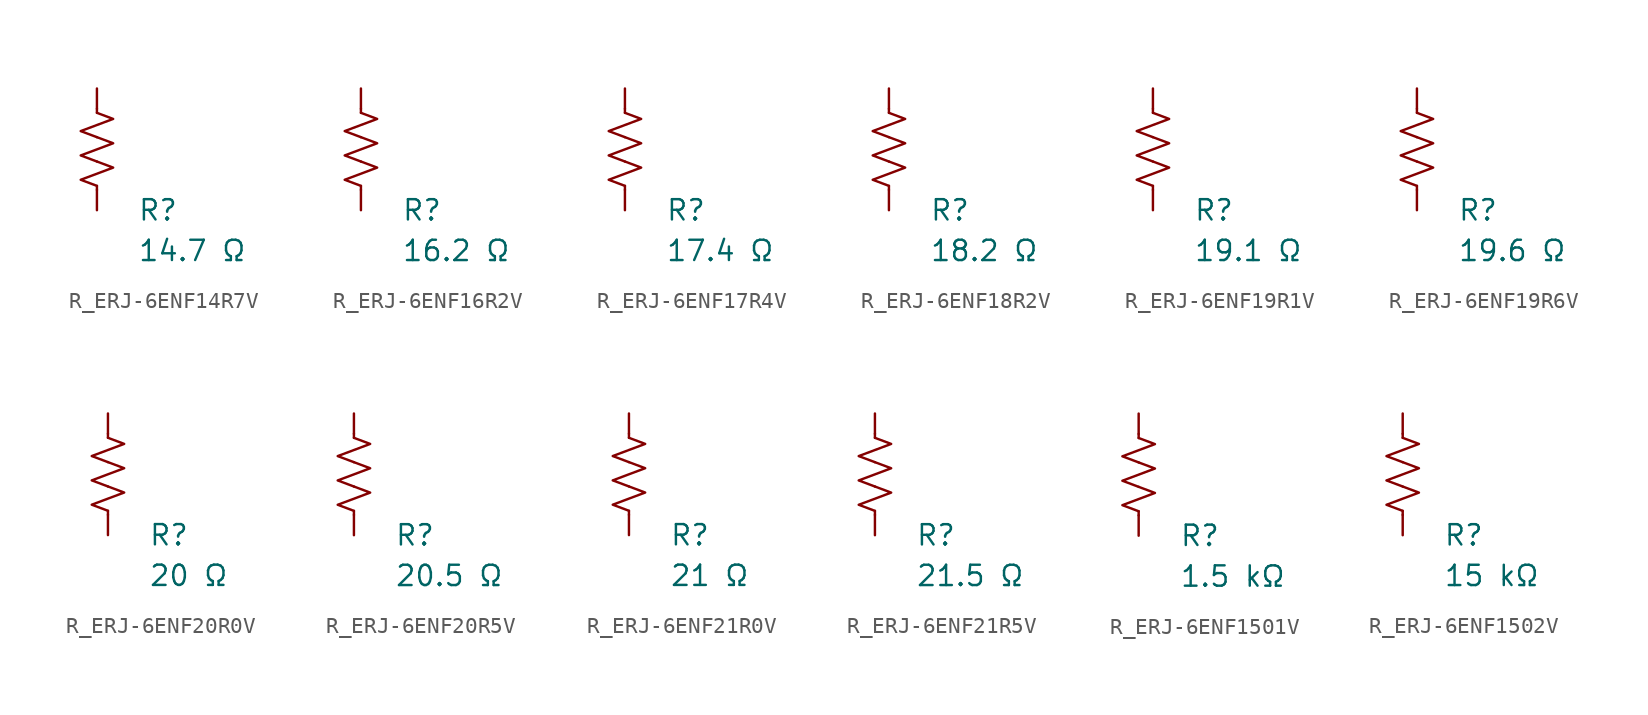
<source format=kicad_sym>
(kicad_symbol_lib
  (version 20231120)
  (generator "kicad_symbol_editor")
  (generator_version "8.0")
  (symbol "R_ERJ-6ENF14R7V"
    (pin_numbers hide)
    (pin_names
      (offset 0))
    (property "Reference" "R"
      (at 2.54 -3.81 0)
      (effects (font (size 1.27 1.27)) (justify left))
      (show_name no))
    (property "Value" "14.7 Ω"
      (at 2.54 -6.35 0)
      (effects (font (size 1.27 1.27)) (justify left))
      (show_name no))
    (symbol "R_ERJ-6ENF14R7V_0_1"
      (polyline (pts (xy 0 -2.286) (xy 0 -2.54)) (stroke (width 0) (type default)) (fill (type none)))
      (polyline (pts (xy 0 2.286) (xy 0 2.54)) (stroke (width 0) (type default)) (fill (type none)))
      (polyline (pts (xy 0 -0.762) (xy 1.016 -1.143) (xy 0 -1.524) (xy -1.016 -1.905) (xy 0 -2.286)) (stroke (width 0) (type default)) (fill (type none)))
      (polyline (pts (xy 0 0.762) (xy 1.016 0.381) (xy 0 0) (xy -1.016 -0.381) (xy 0 -0.762)) (stroke (width 0) (type default)) (fill (type none)))
      (polyline (pts (xy 0 2.286) (xy 1.016 1.905) (xy 0 1.524) (xy -1.016 1.143) (xy 0 0.762)) (stroke (width 0) (type default)) (fill (type none))))
    (symbol "R_ERJ-6ENF14R7V_1_1"
      (pin passive line (at 0 3.81 270) (length 1.27) (name "~" (effects (font (size 1.27 1.27)))) (number "1" (effects (font (size 1.27 1.27)))))
      (pin passive line (at 0 -3.81 90) (length 1.27) (name "~" (effects (font (size 1.27 1.27)))) (number "2" (effects (font (size 1.27 1.27)))))))
  (symbol "R_ERJ-6ENF16R2V"
    (pin_numbers hide)
    (pin_names
      (offset 0))
    (property "Reference" "R"
      (at 2.54 -3.81 0)
      (effects (font (size 1.27 1.27)) (justify left))
      (show_name no))
    (property "Value" "16.2 Ω"
      (at 2.54 -6.35 0)
      (effects (font (size 1.27 1.27)) (justify left))
      (show_name no))
    (symbol "R_ERJ-6ENF16R2V_0_1"
      (polyline (pts (xy 0 -2.286) (xy 0 -2.54)) (stroke (width 0) (type default)) (fill (type none)))
      (polyline (pts (xy 0 2.286) (xy 0 2.54)) (stroke (width 0) (type default)) (fill (type none)))
      (polyline (pts (xy 0 -0.762) (xy 1.016 -1.143) (xy 0 -1.524) (xy -1.016 -1.905) (xy 0 -2.286)) (stroke (width 0) (type default)) (fill (type none)))
      (polyline (pts (xy 0 0.762) (xy 1.016 0.381) (xy 0 0) (xy -1.016 -0.381) (xy 0 -0.762)) (stroke (width 0) (type default)) (fill (type none)))
      (polyline (pts (xy 0 2.286) (xy 1.016 1.905) (xy 0 1.524) (xy -1.016 1.143) (xy 0 0.762)) (stroke (width 0) (type default)) (fill (type none))))
    (symbol "R_ERJ-6ENF16R2V_1_1"
      (pin passive line (at 0 3.81 270) (length 1.27) (name "~" (effects (font (size 1.27 1.27)))) (number "1" (effects (font (size 1.27 1.27)))))
      (pin passive line (at 0 -3.81 90) (length 1.27) (name "~" (effects (font (size 1.27 1.27)))) (number "2" (effects (font (size 1.27 1.27)))))))
  (symbol "R_ERJ-6ENF17R4V"
    (pin_numbers hide)
    (pin_names
      (offset 0))
    (property "Reference" "R"
      (at 2.54 -3.81 0)
      (effects (font (size 1.27 1.27)) (justify left))
      (show_name no))
    (property "Value" "17.4 Ω"
      (at 2.54 -6.35 0)
      (effects (font (size 1.27 1.27)) (justify left))
      (show_name no))
    (symbol "R_ERJ-6ENF17R4V_0_1"
      (polyline (pts (xy 0 -2.286) (xy 0 -2.54)) (stroke (width 0) (type default)) (fill (type none)))
      (polyline (pts (xy 0 2.286) (xy 0 2.54)) (stroke (width 0) (type default)) (fill (type none)))
      (polyline (pts (xy 0 -0.762) (xy 1.016 -1.143) (xy 0 -1.524) (xy -1.016 -1.905) (xy 0 -2.286)) (stroke (width 0) (type default)) (fill (type none)))
      (polyline (pts (xy 0 0.762) (xy 1.016 0.381) (xy 0 0) (xy -1.016 -0.381) (xy 0 -0.762)) (stroke (width 0) (type default)) (fill (type none)))
      (polyline (pts (xy 0 2.286) (xy 1.016 1.905) (xy 0 1.524) (xy -1.016 1.143) (xy 0 0.762)) (stroke (width 0) (type default)) (fill (type none))))
    (symbol "R_ERJ-6ENF17R4V_1_1"
      (pin passive line (at 0 3.81 270) (length 1.27) (name "~" (effects (font (size 1.27 1.27)))) (number "1" (effects (font (size 1.27 1.27)))))
      (pin passive line (at 0 -3.81 90) (length 1.27) (name "~" (effects (font (size 1.27 1.27)))) (number "2" (effects (font (size 1.27 1.27)))))))
  (symbol "R_ERJ-6ENF18R2V"
    (pin_numbers hide)
    (pin_names
      (offset 0))
    (property "Reference" "R"
      (at 2.54 -3.81 0)
      (effects (font (size 1.27 1.27)) (justify left))
      (show_name no))
    (property "Value" "18.2 Ω"
      (at 2.54 -6.35 0)
      (effects (font (size 1.27 1.27)) (justify left))
      (show_name no))
    (symbol "R_ERJ-6ENF18R2V_0_1"
      (polyline (pts (xy 0 -2.286) (xy 0 -2.54)) (stroke (width 0) (type default)) (fill (type none)))
      (polyline (pts (xy 0 2.286) (xy 0 2.54)) (stroke (width 0) (type default)) (fill (type none)))
      (polyline (pts (xy 0 -0.762) (xy 1.016 -1.143) (xy 0 -1.524) (xy -1.016 -1.905) (xy 0 -2.286)) (stroke (width 0) (type default)) (fill (type none)))
      (polyline (pts (xy 0 0.762) (xy 1.016 0.381) (xy 0 0) (xy -1.016 -0.381) (xy 0 -0.762)) (stroke (width 0) (type default)) (fill (type none)))
      (polyline (pts (xy 0 2.286) (xy 1.016 1.905) (xy 0 1.524) (xy -1.016 1.143) (xy 0 0.762)) (stroke (width 0) (type default)) (fill (type none))))
    (symbol "R_ERJ-6ENF18R2V_1_1"
      (pin passive line (at 0 3.81 270) (length 1.27) (name "~" (effects (font (size 1.27 1.27)))) (number "1" (effects (font (size 1.27 1.27)))))
      (pin passive line (at 0 -3.81 90) (length 1.27) (name "~" (effects (font (size 1.27 1.27)))) (number "2" (effects (font (size 1.27 1.27)))))))
  (symbol "R_ERJ-6ENF19R1V"
    (pin_numbers hide)
    (pin_names
      (offset 0))
    (property "Reference" "R"
      (at 2.54 -3.81 0)
      (effects (font (size 1.27 1.27)) (justify left))
      (show_name no))
    (property "Value" "19.1 Ω"
      (at 2.54 -6.35 0)
      (effects (font (size 1.27 1.27)) (justify left))
      (show_name no))
    (symbol "R_ERJ-6ENF19R1V_0_1"
      (polyline (pts (xy 0 -2.286) (xy 0 -2.54)) (stroke (width 0) (type default)) (fill (type none)))
      (polyline (pts (xy 0 2.286) (xy 0 2.54)) (stroke (width 0) (type default)) (fill (type none)))
      (polyline (pts (xy 0 -0.762) (xy 1.016 -1.143) (xy 0 -1.524) (xy -1.016 -1.905) (xy 0 -2.286)) (stroke (width 0) (type default)) (fill (type none)))
      (polyline (pts (xy 0 0.762) (xy 1.016 0.381) (xy 0 0) (xy -1.016 -0.381) (xy 0 -0.762)) (stroke (width 0) (type default)) (fill (type none)))
      (polyline (pts (xy 0 2.286) (xy 1.016 1.905) (xy 0 1.524) (xy -1.016 1.143) (xy 0 0.762)) (stroke (width 0) (type default)) (fill (type none))))
    (symbol "R_ERJ-6ENF19R1V_1_1"
      (pin passive line (at 0 3.81 270) (length 1.27) (name "~" (effects (font (size 1.27 1.27)))) (number "1" (effects (font (size 1.27 1.27)))))
      (pin passive line (at 0 -3.81 90) (length 1.27) (name "~" (effects (font (size 1.27 1.27)))) (number "2" (effects (font (size 1.27 1.27)))))))
  (symbol "R_ERJ-6ENF19R6V"
    (pin_numbers hide)
    (pin_names
      (offset 0))
    (property "Reference" "R"
      (at 2.54 -3.81 0)
      (effects (font (size 1.27 1.27)) (justify left))
      (show_name no))
    (property "Value" "19.6 Ω"
      (at 2.54 -6.35 0)
      (effects (font (size 1.27 1.27)) (justify left))
      (show_name no))
    (symbol "R_ERJ-6ENF19R6V_0_1"
      (polyline (pts (xy 0 -2.286) (xy 0 -2.54)) (stroke (width 0) (type default)) (fill (type none)))
      (polyline (pts (xy 0 2.286) (xy 0 2.54)) (stroke (width 0) (type default)) (fill (type none)))
      (polyline (pts (xy 0 -0.762) (xy 1.016 -1.143) (xy 0 -1.524) (xy -1.016 -1.905) (xy 0 -2.286)) (stroke (width 0) (type default)) (fill (type none)))
      (polyline (pts (xy 0 0.762) (xy 1.016 0.381) (xy 0 0) (xy -1.016 -0.381) (xy 0 -0.762)) (stroke (width 0) (type default)) (fill (type none)))
      (polyline (pts (xy 0 2.286) (xy 1.016 1.905) (xy 0 1.524) (xy -1.016 1.143) (xy 0 0.762)) (stroke (width 0) (type default)) (fill (type none))))
    (symbol "R_ERJ-6ENF19R6V_1_1"
      (pin passive line (at 0 3.81 270) (length 1.27) (name "~" (effects (font (size 1.27 1.27)))) (number "1" (effects (font (size 1.27 1.27)))))
      (pin passive line (at 0 -3.81 90) (length 1.27) (name "~" (effects (font (size 1.27 1.27)))) (number "2" (effects (font (size 1.27 1.27)))))))
  (symbol "R_ERJ-6ENF20R0V"
    (pin_numbers hide)
    (pin_names
      (offset 0))
    (property "Reference" "R"
      (at 2.54 -3.81 0)
      (effects (font (size 1.27 1.27)) (justify left))
      (show_name no))
    (property "Value" "20 Ω"
      (at 2.54 -6.35 0)
      (effects (font (size 1.27 1.27)) (justify left))
      (show_name no))
    (symbol "R_ERJ-6ENF20R0V_0_1"
      (polyline (pts (xy 0 -2.286) (xy 0 -2.54)) (stroke (width 0) (type default)) (fill (type none)))
      (polyline (pts (xy 0 2.286) (xy 0 2.54)) (stroke (width 0) (type default)) (fill (type none)))
      (polyline (pts (xy 0 -0.762) (xy 1.016 -1.143) (xy 0 -1.524) (xy -1.016 -1.905) (xy 0 -2.286)) (stroke (width 0) (type default)) (fill (type none)))
      (polyline (pts (xy 0 0.762) (xy 1.016 0.381) (xy 0 0) (xy -1.016 -0.381) (xy 0 -0.762)) (stroke (width 0) (type default)) (fill (type none)))
      (polyline (pts (xy 0 2.286) (xy 1.016 1.905) (xy 0 1.524) (xy -1.016 1.143) (xy 0 0.762)) (stroke (width 0) (type default)) (fill (type none))))
    (symbol "R_ERJ-6ENF20R0V_1_1"
      (pin passive line (at 0 3.81 270) (length 1.27) (name "~" (effects (font (size 1.27 1.27)))) (number "1" (effects (font (size 1.27 1.27)))))
      (pin passive line (at 0 -3.81 90) (length 1.27) (name "~" (effects (font (size 1.27 1.27)))) (number "2" (effects (font (size 1.27 1.27)))))))
  (symbol "R_ERJ-6ENF20R5V"
    (pin_numbers hide)
    (pin_names
      (offset 0))
    (property "Reference" "R"
      (at 2.54 -3.81 0)
      (effects (font (size 1.27 1.27)) (justify left))
      (show_name no))
    (property "Value" "20.5 Ω"
      (at 2.54 -6.35 0)
      (effects (font (size 1.27 1.27)) (justify left))
      (show_name no))
    (symbol "R_ERJ-6ENF20R5V_0_1"
      (polyline (pts (xy 0 -2.286) (xy 0 -2.54)) (stroke (width 0) (type default)) (fill (type none)))
      (polyline (pts (xy 0 2.286) (xy 0 2.54)) (stroke (width 0) (type default)) (fill (type none)))
      (polyline (pts (xy 0 -0.762) (xy 1.016 -1.143) (xy 0 -1.524) (xy -1.016 -1.905) (xy 0 -2.286)) (stroke (width 0) (type default)) (fill (type none)))
      (polyline (pts (xy 0 0.762) (xy 1.016 0.381) (xy 0 0) (xy -1.016 -0.381) (xy 0 -0.762)) (stroke (width 0) (type default)) (fill (type none)))
      (polyline (pts (xy 0 2.286) (xy 1.016 1.905) (xy 0 1.524) (xy -1.016 1.143) (xy 0 0.762)) (stroke (width 0) (type default)) (fill (type none))))
    (symbol "R_ERJ-6ENF20R5V_1_1"
      (pin passive line (at 0 3.81 270) (length 1.27) (name "~" (effects (font (size 1.27 1.27)))) (number "1" (effects (font (size 1.27 1.27)))))
      (pin passive line (at 0 -3.81 90) (length 1.27) (name "~" (effects (font (size 1.27 1.27)))) (number "2" (effects (font (size 1.27 1.27)))))))
  (symbol "R_ERJ-6ENF21R0V"
    (pin_numbers hide)
    (pin_names
      (offset 0))
    (property "Reference" "R"
      (at 2.54 -3.81 0)
      (effects (font (size 1.27 1.27)) (justify left))
      (show_name no))
    (property "Value" "21 Ω"
      (at 2.54 -6.35 0)
      (effects (font (size 1.27 1.27)) (justify left))
      (show_name no))
    (symbol "R_ERJ-6ENF21R0V_0_1"
      (polyline (pts (xy 0 -2.286) (xy 0 -2.54)) (stroke (width 0) (type default)) (fill (type none)))
      (polyline (pts (xy 0 2.286) (xy 0 2.54)) (stroke (width 0) (type default)) (fill (type none)))
      (polyline (pts (xy 0 -0.762) (xy 1.016 -1.143) (xy 0 -1.524) (xy -1.016 -1.905) (xy 0 -2.286)) (stroke (width 0) (type default)) (fill (type none)))
      (polyline (pts (xy 0 0.762) (xy 1.016 0.381) (xy 0 0) (xy -1.016 -0.381) (xy 0 -0.762)) (stroke (width 0) (type default)) (fill (type none)))
      (polyline (pts (xy 0 2.286) (xy 1.016 1.905) (xy 0 1.524) (xy -1.016 1.143) (xy 0 0.762)) (stroke (width 0) (type default)) (fill (type none))))
    (symbol "R_ERJ-6ENF21R0V_1_1"
      (pin passive line (at 0 3.81 270) (length 1.27) (name "~" (effects (font (size 1.27 1.27)))) (number "1" (effects (font (size 1.27 1.27)))))
      (pin passive line (at 0 -3.81 90) (length 1.27) (name "~" (effects (font (size 1.27 1.27)))) (number "2" (effects (font (size 1.27 1.27)))))))
  (symbol "R_ERJ-6ENF21R5V"
    (pin_numbers hide)
    (pin_names
      (offset 0))
    (property "Reference" "R"
      (at 2.54 -3.81 0)
      (effects (font (size 1.27 1.27)) (justify left))
      (show_name no))
    (property "Value" "21.5 Ω"
      (at 2.54 -6.35 0)
      (effects (font (size 1.27 1.27)) (justify left))
      (show_name no))
    (symbol "R_ERJ-6ENF21R5V_0_1"
      (polyline (pts (xy 0 -2.286) (xy 0 -2.54)) (stroke (width 0) (type default)) (fill (type none)))
      (polyline (pts (xy 0 2.286) (xy 0 2.54)) (stroke (width 0) (type default)) (fill (type none)))
      (polyline (pts (xy 0 -0.762) (xy 1.016 -1.143) (xy 0 -1.524) (xy -1.016 -1.905) (xy 0 -2.286)) (stroke (width 0) (type default)) (fill (type none)))
      (polyline (pts (xy 0 0.762) (xy 1.016 0.381) (xy 0 0) (xy -1.016 -0.381) (xy 0 -0.762)) (stroke (width 0) (type default)) (fill (type none)))
      (polyline (pts (xy 0 2.286) (xy 1.016 1.905) (xy 0 1.524) (xy -1.016 1.143) (xy 0 0.762)) (stroke (width 0) (type default)) (fill (type none))))
    (symbol "R_ERJ-6ENF21R5V_1_1"
      (pin passive line (at 0 3.81 270) (length 1.27) (name "~" (effects (font (size 1.27 1.27)))) (number "1" (effects (font (size 1.27 1.27)))))
      (pin passive line (at 0 -3.81 90) (length 1.27) (name "~" (effects (font (size 1.27 1.27)))) (number "2" (effects (font (size 1.27 1.27)))))))
  (symbol "R_ERJ-6ENF1501V"
    (pin_numbers hide)
    (pin_names
      (offset 0))
    (property "Reference" "R"
      (at 2.54 -3.81 0)
      (effects (font (size 1.27 1.27)) (justify left))
      (show_name no))
    (property "Value" "1.5 kΩ"
      (at 2.54 -6.35 0)
      (effects (font (size 1.27 1.27)) (justify left))
      (show_name no))
    (symbol "R_ERJ-6ENF1501V_0_1"
      (polyline (pts (xy 0 -2.286) (xy 0 -2.54)) (stroke (width 0) (type default)) (fill (type none)))
      (polyline (pts (xy 0 2.286) (xy 0 2.54)) (stroke (width 0) (type default)) (fill (type none)))
      (polyline (pts (xy 0 -0.762) (xy 1.016 -1.143) (xy 0 -1.524) (xy -1.016 -1.905) (xy 0 -2.286)) (stroke (width 0) (type default)) (fill (type none)))
      (polyline (pts (xy 0 0.762) (xy 1.016 0.381) (xy 0 0) (xy -1.016 -0.381) (xy 0 -0.762)) (stroke (width 0) (type default)) (fill (type none)))
      (polyline (pts (xy 0 2.286) (xy 1.016 1.905) (xy 0 1.524) (xy -1.016 1.143) (xy 0 0.762)) (stroke (width 0) (type default)) (fill (type none))))
    (symbol "R_ERJ-6ENF1501V_1_1"
      (pin passive line (at 0 3.81 270) (length 1.27) (name "~" (effects (font (size 1.27 1.27)))) (number "1" (effects (font (size 1.27 1.27)))))
      (pin passive line (at 0 -3.81 90) (length 1.27) (name "~" (effects (font (size 1.27 1.27)))) (number "2" (effects (font (size 1.27 1.27)))))))
  (symbol "R_ERJ-6ENF1502V"
    (pin_numbers hide)
    (pin_names
      (offset 0))
    (property "Reference" "R"
      (at 2.54 -3.81 0)
      (effects (font (size 1.27 1.27)) (justify left))
      (show_name no))
    (property "Value" "15 kΩ"
      (at 2.54 -6.35 0)
      (effects (font (size 1.27 1.27)) (justify left))
      (show_name no))
    (symbol "R_ERJ-6ENF1502V_0_1"
      (polyline (pts (xy 0 -2.286) (xy 0 -2.54)) (stroke (width 0) (type default)) (fill (type none)))
      (polyline (pts (xy 0 2.286) (xy 0 2.54)) (stroke (width 0) (type default)) (fill (type none)))
      (polyline (pts (xy 0 -0.762) (xy 1.016 -1.143) (xy 0 -1.524) (xy -1.016 -1.905) (xy 0 -2.286)) (stroke (width 0) (type default)) (fill (type none)))
      (polyline (pts (xy 0 0.762) (xy 1.016 0.381) (xy 0 0) (xy -1.016 -0.381) (xy 0 -0.762)) (stroke (width 0) (type default)) (fill (type none)))
      (polyline (pts (xy 0 2.286) (xy 1.016 1.905) (xy 0 1.524) (xy -1.016 1.143) (xy 0 0.762)) (stroke (width 0) (type default)) (fill (type none))))
    (symbol "R_ERJ-6ENF1502V_1_1"
      (pin passive line (at 0 3.81 270) (length 1.27) (name "~" (effects (font (size 1.27 1.27)))) (number "1" (effects (font (size 1.27 1.27)))))
      (pin passive line (at 0 -3.81 90) (length 1.27) (name "~" (effects (font (size 1.27 1.27)))) (number "2" (effects (font (size 1.27 1.27))))))))
</source>
